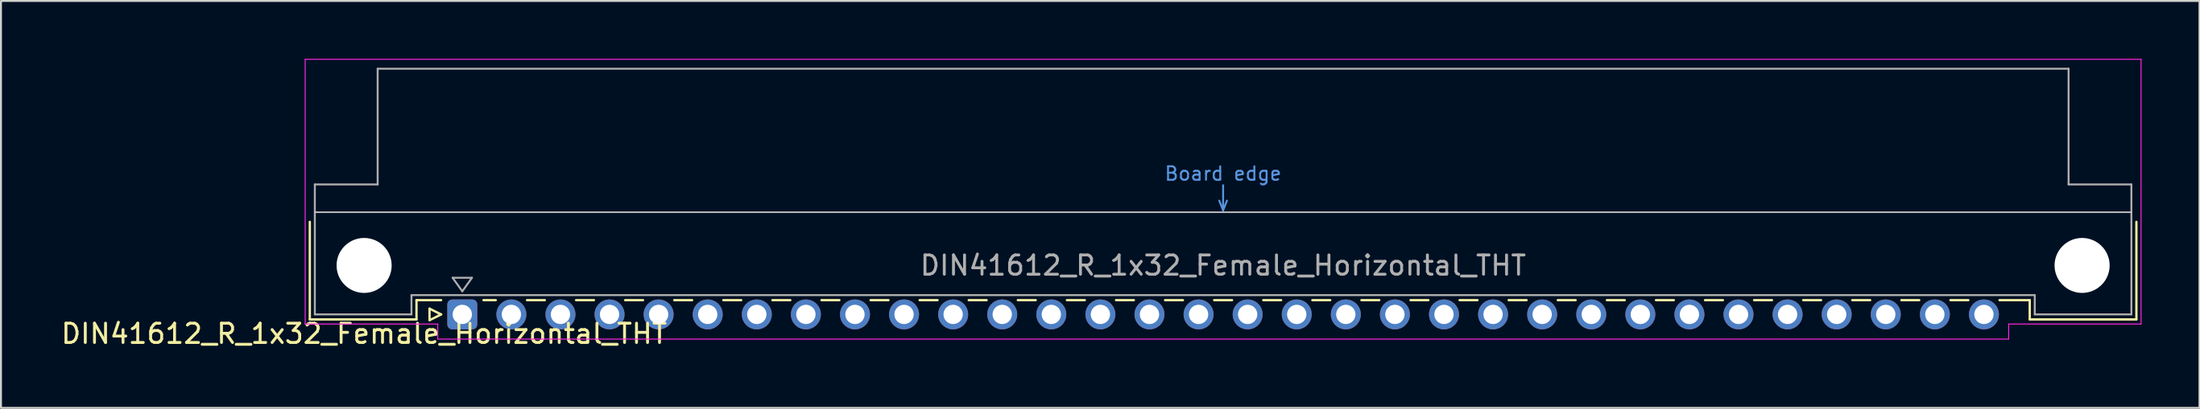
<source format=kicad_pcb>
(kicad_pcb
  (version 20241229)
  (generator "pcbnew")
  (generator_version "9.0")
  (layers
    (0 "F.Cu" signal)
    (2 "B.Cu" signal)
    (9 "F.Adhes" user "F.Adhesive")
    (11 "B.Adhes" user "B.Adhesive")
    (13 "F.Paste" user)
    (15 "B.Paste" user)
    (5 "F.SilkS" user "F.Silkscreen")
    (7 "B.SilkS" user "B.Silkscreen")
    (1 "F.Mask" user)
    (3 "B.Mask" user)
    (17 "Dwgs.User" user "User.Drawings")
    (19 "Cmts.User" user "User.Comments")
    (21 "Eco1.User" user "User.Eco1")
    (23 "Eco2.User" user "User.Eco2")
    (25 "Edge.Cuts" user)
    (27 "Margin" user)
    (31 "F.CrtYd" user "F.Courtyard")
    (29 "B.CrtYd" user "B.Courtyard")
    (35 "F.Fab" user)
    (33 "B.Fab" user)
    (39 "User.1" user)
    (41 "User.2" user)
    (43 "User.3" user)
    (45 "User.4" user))
  (footprint "DIN41612_R_1x32_Female_Horizontal_THT"
    (layer "F.Cu")
    (at 20.872 13.255)
    (property "Reference" "DIN41612_R_1x32_Female_Horizontal_THT" (at -5.08 1 0) (layer "F.SilkS") (effects (font (size 1 1) (thickness 0.15))))
    (attr through_hole)
    (fp_line (start -7.89 -4.8) (end -7.89 0.26) (stroke (width 0.12) (type solid)) (layer "F.SilkS"))
    (fp_line (start -7.89 0.26) (end -2.37 0.26) (stroke (width 0.12) (type solid)) (layer "F.SilkS"))
    (fp_line (start -2.37 -0.74) (end -1.095 -0.74) (stroke (width 0.12) (type solid)) (layer "F.SilkS"))
    (fp_line (start -2.37 0.26) (end -2.37 -0.74) (stroke (width 0.12) (type solid)) (layer "F.SilkS"))
    (fp_line (start -1.695 -0.3) (end -1.695 0.3) (stroke (width 0.12) (type solid)) (layer "F.SilkS"))
    (fp_line (start -1.695 0.3) (end -1.095 0) (stroke (width 0.12) (type solid)) (layer "F.SilkS"))
    (fp_line (start -1.095 0) (end -1.695 -0.3) (stroke (width 0.12) (type solid)) (layer "F.SilkS"))
    (fp_line (start 1.095 -0.74) (end 1.733 -0.74) (stroke (width 0.12) (type solid)) (layer "F.SilkS"))
    (fp_line (start 3.347 -0.74) (end 4.273 -0.74) (stroke (width 0.12) (type solid)) (layer "F.SilkS"))
    (fp_line (start 5.887 -0.74) (end 6.813 -0.74) (stroke (width 0.12) (type solid)) (layer "F.SilkS"))
    (fp_line (start 8.427 -0.74) (end 9.353 -0.74) (stroke (width 0.12) (type solid)) (layer "F.SilkS"))
    (fp_line (start 10.967 -0.74) (end 11.893 -0.74) (stroke (width 0.12) (type solid)) (layer "F.SilkS"))
    (fp_line (start 13.507 -0.74) (end 14.433 -0.74) (stroke (width 0.12) (type solid)) (layer "F.SilkS"))
    (fp_line (start 16.047 -0.74) (end 16.973 -0.74) (stroke (width 0.12) (type solid)) (layer "F.SilkS"))
    (fp_line (start 18.587 -0.74) (end 19.513 -0.74) (stroke (width 0.12) (type solid)) (layer "F.SilkS"))
    (fp_line (start 21.127 -0.74) (end 22.053 -0.74) (stroke (width 0.12) (type solid)) (layer "F.SilkS"))
    (fp_line (start 23.667 -0.74) (end 24.593 -0.74) (stroke (width 0.12) (type solid)) (layer "F.SilkS"))
    (fp_line (start 26.207 -0.74) (end 27.133 -0.74) (stroke (width 0.12) (type solid)) (layer "F.SilkS"))
    (fp_line (start 28.747 -0.74) (end 29.673 -0.74) (stroke (width 0.12) (type solid)) (layer "F.SilkS"))
    (fp_line (start 31.287 -0.74) (end 32.213 -0.74) (stroke (width 0.12) (type solid)) (layer "F.SilkS"))
    (fp_line (start 33.827 -0.74) (end 34.753 -0.74) (stroke (width 0.12) (type solid)) (layer "F.SilkS"))
    (fp_line (start 36.367 -0.74) (end 37.293 -0.74) (stroke (width 0.12) (type solid)) (layer "F.SilkS"))
    (fp_line (start 38.907 -0.74) (end 39.833 -0.74) (stroke (width 0.12) (type solid)) (layer "F.SilkS"))
    (fp_line (start 41.447 -0.74) (end 42.373 -0.74) (stroke (width 0.12) (type solid)) (layer "F.SilkS"))
    (fp_line (start 43.987 -0.74) (end 44.913 -0.74) (stroke (width 0.12) (type solid)) (layer "F.SilkS"))
    (fp_line (start 46.527 -0.74) (end 47.453 -0.74) (stroke (width 0.12) (type solid)) (layer "F.SilkS"))
    (fp_line (start 49.067 -0.74) (end 49.993 -0.74) (stroke (width 0.12) (type solid)) (layer "F.SilkS"))
    (fp_line (start 51.607 -0.74) (end 52.533 -0.74) (stroke (width 0.12) (type solid)) (layer "F.SilkS"))
    (fp_line (start 54.147 -0.74) (end 55.073 -0.74) (stroke (width 0.12) (type solid)) (layer "F.SilkS"))
    (fp_line (start 56.687 -0.74) (end 57.613 -0.74) (stroke (width 0.12) (type solid)) (layer "F.SilkS"))
    (fp_line (start 59.227 -0.74) (end 60.153 -0.74) (stroke (width 0.12) (type solid)) (layer "F.SilkS"))
    (fp_line (start 61.767 -0.74) (end 62.693 -0.74) (stroke (width 0.12) (type solid)) (layer "F.SilkS"))
    (fp_line (start 64.307 -0.74) (end 65.233 -0.74) (stroke (width 0.12) (type solid)) (layer "F.SilkS"))
    (fp_line (start 66.847 -0.74) (end 67.773 -0.74) (stroke (width 0.12) (type solid)) (layer "F.SilkS"))
    (fp_line (start 69.387 -0.74) (end 70.313 -0.74) (stroke (width 0.12) (type solid)) (layer "F.SilkS"))
    (fp_line (start 71.927 -0.74) (end 72.853 -0.74) (stroke (width 0.12) (type solid)) (layer "F.SilkS"))
    (fp_line (start 74.467 -0.74) (end 75.393 -0.74) (stroke (width 0.12) (type solid)) (layer "F.SilkS"))
    (fp_line (start 77.007 -0.74) (end 77.933 -0.74) (stroke (width 0.12) (type solid)) (layer "F.SilkS"))
    (fp_line (start 79.547 -0.74) (end 81.11 -0.74) (stroke (width 0.12) (type solid)) (layer "F.SilkS"))
    (fp_line (start 81.11 0.26) (end 81.11 -0.74) (stroke (width 0.12) (type solid)) (layer "F.SilkS"))
    (fp_line (start 86.63 -4.8) (end 86.63 0.26) (stroke (width 0.12) (type solid)) (layer "F.SilkS"))
    (fp_line (start 86.63 0.26) (end 81.11 0.26) (stroke (width 0.12) (type solid)) (layer "F.SilkS"))
    (fp_line (start -7.63 -5.3) (end 86.37 -5.3) (stroke (width 0.08) (type solid)) (layer "Dwgs.User"))
    (fp_line (start 39.17 -5.9) (end 39.37 -5.4) (stroke (width 0.1) (type solid)) (layer "Cmts.User"))
    (fp_line (start 39.37 -5.4) (end 39.37 -6.7) (stroke (width 0.1) (type solid)) (layer "Cmts.User"))
    (fp_line (start 39.37 -5.4) (end 39.57 -5.9) (stroke (width 0.1) (type solid)) (layer "Cmts.User"))
    (fp_line (start -8.13 -13.23) (end -8.13 0.5) (stroke (width 0.05) (type solid)) (layer "F.CrtYd"))
    (fp_line (start -8.13 0.5) (end -1.27 0.5) (stroke (width 0.05) (type solid)) (layer "F.CrtYd"))
    (fp_line (start -1.27 0.5) (end -1.27 1.28) (stroke (width 0.05) (type solid)) (layer "F.CrtYd"))
    (fp_line (start -1.27 1.28) (end 80.02 1.28) (stroke (width 0.05) (type solid)) (layer "F.CrtYd"))
    (fp_line (start 80.02 0.5) (end 86.87 0.5) (stroke (width 0.05) (type solid)) (layer "F.CrtYd"))
    (fp_line (start 80.02 1.28) (end 80.02 0.5) (stroke (width 0.05) (type solid)) (layer "F.CrtYd"))
    (fp_line (start 86.87 -13.23) (end -8.13 -13.23) (stroke (width 0.05) (type solid)) (layer "F.CrtYd"))
    (fp_line (start 86.87 0.5) (end 86.87 -13.23) (stroke (width 0.05) (type solid)) (layer "F.CrtYd"))
    (fp_line (start -7.63 -6.74) (end -7.63 0) (stroke (width 0.1) (type solid)) (layer "F.Fab"))
    (fp_line (start -7.63 0) (end -2.63 0) (stroke (width 0.1) (type solid)) (layer "F.Fab"))
    (fp_line (start -4.38 -12.74) (end -4.38 -6.74) (stroke (width 0.1) (type solid)) (layer "F.Fab"))
    (fp_line (start -4.38 -6.74) (end -7.63 -6.74) (stroke (width 0.1) (type solid)) (layer "F.Fab"))
    (fp_line (start -2.63 -1) (end 81.37 -1) (stroke (width 0.1) (type solid)) (layer "F.Fab"))
    (fp_line (start -2.63 0) (end -2.63 -1) (stroke (width 0.1) (type solid)) (layer "F.Fab"))
    (fp_line (start -0.5 -1.9) (end 0.5 -1.9) (stroke (width 0.1) (type solid)) (layer "F.Fab"))
    (fp_line (start 0 -1.2) (end -0.5 -1.9) (stroke (width 0.1) (type solid)) (layer "F.Fab"))
    (fp_line (start 0.5 -1.9) (end 0 -1.2) (stroke (width 0.1) (type solid)) (layer "F.Fab"))
    (fp_line (start 81.37 -1) (end 81.37 0) (stroke (width 0.1) (type solid)) (layer "F.Fab"))
    (fp_line (start 81.37 0) (end 86.37 0) (stroke (width 0.1) (type solid)) (layer "F.Fab"))
    (fp_line (start 83.12 -12.74) (end -4.38 -12.74) (stroke (width 0.1) (type solid)) (layer "F.Fab"))
    (fp_line (start 83.12 -6.74) (end 83.12 -12.74) (stroke (width 0.1) (type solid)) (layer "F.Fab"))
    (fp_line (start 86.37 -6.74) (end 83.12 -6.74) (stroke (width 0.1) (type solid)) (layer "F.Fab"))
    (fp_line (start 86.37 0) (end 86.37 -6.74) (stroke (width 0.1) (type solid)) (layer "F.Fab"))
    (fp_text user "Board edge" (at 39.37 -7.3 0) (layer "Cmts.User") (effects (font (size 0.7 0.7) (thickness 0.1))))
    (fp_text user "${REFERENCE}" (at 39.37 -2.54 0) (layer "F.Fab") (effects (font (size 1 1) (thickness 0.15))))
    (pad "" np_thru_hole circle (at -5.08 -2.54) (size 2.85 2.85) (drill 2.85) (layers "*.Cu" "*.Mask"))
    (pad "" np_thru_hole circle (at 83.82 -2.54) (size 2.85 2.85) (drill 2.85) (layers "*.Cu" "*.Mask"))
    (pad "a1" thru_hole roundrect (at 0 0) (size 1.55 1.55) (drill 1) (layers "*.Cu" "*.Mask") (roundrect_rratio 0.161))
    (pad "a2" thru_hole circle (at 2.54 0) (size 1.55 1.55) (drill 1) (layers "*.Cu" "*.Mask"))
    (pad "a3" thru_hole circle (at 5.08 0) (size 1.55 1.55) (drill 1) (layers "*.Cu" "*.Mask"))
    (pad "a4" thru_hole circle (at 7.62 0) (size 1.55 1.55) (drill 1) (layers "*.Cu" "*.Mask"))
    (pad "a5" thru_hole circle (at 10.16 0) (size 1.55 1.55) (drill 1) (layers "*.Cu" "*.Mask"))
    (pad "a6" thru_hole circle (at 12.7 0) (size 1.55 1.55) (drill 1) (layers "*.Cu" "*.Mask"))
    (pad "a7" thru_hole circle (at 15.24 0) (size 1.55 1.55) (drill 1) (layers "*.Cu" "*.Mask"))
    (pad "a8" thru_hole circle (at 17.78 0) (size 1.55 1.55) (drill 1) (layers "*.Cu" "*.Mask"))
    (pad "a9" thru_hole circle (at 20.32 0) (size 1.55 1.55) (drill 1) (layers "*.Cu" "*.Mask"))
    (pad "a10" thru_hole circle (at 22.86 0) (size 1.55 1.55) (drill 1) (layers "*.Cu" "*.Mask"))
    (pad "a11" thru_hole circle (at 25.4 0) (size 1.55 1.55) (drill 1) (layers "*.Cu" "*.Mask"))
    (pad "a12" thru_hole circle (at 27.94 0) (size 1.55 1.55) (drill 1) (layers "*.Cu" "*.Mask"))
    (pad "a13" thru_hole circle (at 30.48 0) (size 1.55 1.55) (drill 1) (layers "*.Cu" "*.Mask"))
    (pad "a14" thru_hole circle (at 33.02 0) (size 1.55 1.55) (drill 1) (layers "*.Cu" "*.Mask"))
    (pad "a15" thru_hole circle (at 35.56 0) (size 1.55 1.55) (drill 1) (layers "*.Cu" "*.Mask"))
    (pad "a16" thru_hole circle (at 38.1 0) (size 1.55 1.55) (drill 1) (layers "*.Cu" "*.Mask"))
    (pad "a17" thru_hole circle (at 40.64 0) (size 1.55 1.55) (drill 1) (layers "*.Cu" "*.Mask"))
    (pad "a18" thru_hole circle (at 43.18 0) (size 1.55 1.55) (drill 1) (layers "*.Cu" "*.Mask"))
    (pad "a19" thru_hole circle (at 45.72 0) (size 1.55 1.55) (drill 1) (layers "*.Cu" "*.Mask"))
    (pad "a20" thru_hole circle (at 48.26 0) (size 1.55 1.55) (drill 1) (layers "*.Cu" "*.Mask"))
    (pad "a21" thru_hole circle (at 50.8 0) (size 1.55 1.55) (drill 1) (layers "*.Cu" "*.Mask"))
    (pad "a22" thru_hole circle (at 53.34 0) (size 1.55 1.55) (drill 1) (layers "*.Cu" "*.Mask"))
    (pad "a23" thru_hole circle (at 55.88 0) (size 1.55 1.55) (drill 1) (layers "*.Cu" "*.Mask"))
    (pad "a24" thru_hole circle (at 58.42 0) (size 1.55 1.55) (drill 1) (layers "*.Cu" "*.Mask"))
    (pad "a25" thru_hole circle (at 60.96 0) (size 1.55 1.55) (drill 1) (layers "*.Cu" "*.Mask"))
    (pad "a26" thru_hole circle (at 63.5 0) (size 1.55 1.55) (drill 1) (layers "*.Cu" "*.Mask"))
    (pad "a27" thru_hole circle (at 66.04 0) (size 1.55 1.55) (drill 1) (layers "*.Cu" "*.Mask"))
    (pad "a28" thru_hole circle (at 68.58 0) (size 1.55 1.55) (drill 1) (layers "*.Cu" "*.Mask"))
    (pad "a29" thru_hole circle (at 71.12 0) (size 1.55 1.55) (drill 1) (layers "*.Cu" "*.Mask"))
    (pad "a30" thru_hole circle (at 73.66 0) (size 1.55 1.55) (drill 1) (layers "*.Cu" "*.Mask"))
    (pad "a31" thru_hole circle (at 76.2 0) (size 1.55 1.55) (drill 1) (layers "*.Cu" "*.Mask"))
    (pad "a32" thru_hole circle (at 78.74 0) (size 1.55 1.55) (drill 1) (layers "*.Cu" "*.Mask")))
  (gr_rect
    (start -3 -3)
    (end 110.767 18.103)
    (stroke (width 0.1) (type default))
    (fill no)
    (layer "Edge.Cuts")))
</source>
